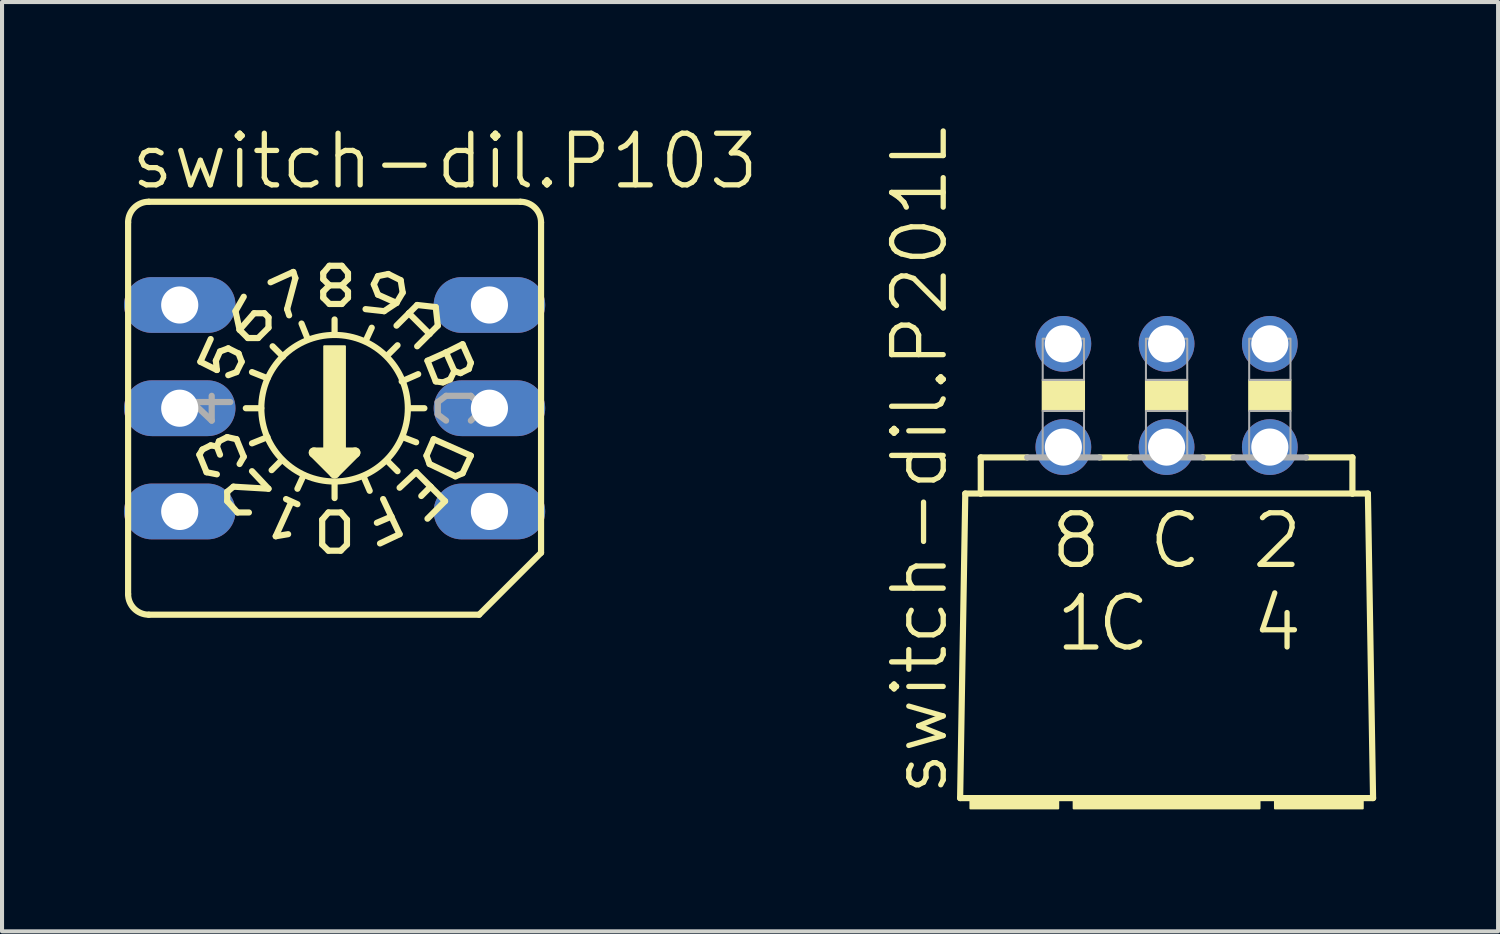
<source format=kicad_pcb>
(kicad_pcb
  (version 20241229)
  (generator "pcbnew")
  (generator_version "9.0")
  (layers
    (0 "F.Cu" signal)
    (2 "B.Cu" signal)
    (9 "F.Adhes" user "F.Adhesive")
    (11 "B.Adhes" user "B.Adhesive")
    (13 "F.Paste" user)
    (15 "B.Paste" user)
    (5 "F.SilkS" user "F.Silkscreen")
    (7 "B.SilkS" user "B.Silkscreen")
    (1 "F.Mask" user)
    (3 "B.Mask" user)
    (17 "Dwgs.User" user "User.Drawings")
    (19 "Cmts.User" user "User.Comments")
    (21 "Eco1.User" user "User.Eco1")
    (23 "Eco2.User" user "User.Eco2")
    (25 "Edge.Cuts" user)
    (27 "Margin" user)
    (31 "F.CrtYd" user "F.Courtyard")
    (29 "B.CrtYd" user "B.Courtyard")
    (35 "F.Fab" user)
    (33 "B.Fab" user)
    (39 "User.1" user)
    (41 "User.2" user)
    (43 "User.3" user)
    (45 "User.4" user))
  (footprint "switch-dil.P201L"
    (layer "F.Cu")
    (at 25.653 10.49)
    (property "Reference" "switch-dil.P201L" (at -5.334 6.096 90) (layer "F.SilkS") (effects (font (size 1.27 1.27) (thickness 0.13)) (justify left bottom)))
    (attr through_hole)
    (fp_line (start -4.953 -1.397) (end -5.08 6.096) (stroke (width 0.152) (type default)) (layer "F.SilkS"))
    (fp_line (start -4.572 -1.397) (end -4.953 -1.397) (stroke (width 0.152) (type default)) (layer "F.SilkS"))
    (fp_line (start -4.572 -1.397) (end -4.572 -2.286) (stroke (width 0.152) (type default)) (layer "F.SilkS"))
    (fp_line (start -3.429 -2.286) (end -4.572 -2.286) (stroke (width 0.152) (type default)) (layer "F.SilkS"))
    (fp_line (start -1.651 -2.286) (end -0.889 -2.286) (stroke (width 0.152) (type default)) (layer "F.SilkS"))
    (fp_line (start 0.889 -2.286) (end 1.651 -2.286) (stroke (width 0.152) (type default)) (layer "F.SilkS"))
    (fp_line (start 3.429 -2.286) (end 4.572 -2.286) (stroke (width 0.152) (type default)) (layer "F.SilkS"))
    (fp_line (start 4.572 -2.286) (end 4.572 -1.397) (stroke (width 0.152) (type default)) (layer "F.SilkS"))
    (fp_line (start 4.572 -1.397) (end -4.572 -1.397) (stroke (width 0.152) (type default)) (layer "F.SilkS"))
    (fp_line (start 4.953 -1.397) (end 4.572 -1.397) (stroke (width 0.152) (type default)) (layer "F.SilkS"))
    (fp_line (start 4.953 -1.397) (end 5.08 6.096) (stroke (width 0.152) (type default)) (layer "F.SilkS"))
    (fp_line (start 5.08 6.096) (end -5.08 6.096) (stroke (width 0.152) (type default)) (layer "F.SilkS"))
    (fp_rect (start -4.826 6.35) (end -2.667 6.096) (stroke (width 0.05) (type default)) (fill yes) (layer "F.SilkS"))
    (fp_rect (start -3.048 -3.429) (end -2.032 -4.191) (stroke (width 0.05) (type default)) (fill yes) (layer "F.SilkS"))
    (fp_rect (start -2.286 6.35) (end 2.286 6.096) (stroke (width 0.05) (type default)) (fill yes) (layer "F.SilkS"))
    (fp_rect (start -0.508 -3.429) (end 0.508 -4.191) (stroke (width 0.05) (type default)) (fill yes) (layer "F.SilkS"))
    (fp_rect (start 2.032 -3.429) (end 3.048 -4.191) (stroke (width 0.05) (type default)) (fill yes) (layer "F.SilkS"))
    (fp_rect (start 2.667 6.35) (end 4.826 6.096) (stroke (width 0.05) (type default)) (fill yes) (layer "F.SilkS"))
    (fp_line (start -1.651 -2.286) (end -3.429 -2.286) (stroke (width 0.152) (type default)) (layer "F.Fab"))
    (fp_line (start 0.889 -2.286) (end -0.889 -2.286) (stroke (width 0.152) (type default)) (layer "F.Fab"))
    (fp_line (start 3.429 -2.286) (end 1.651 -2.286) (stroke (width 0.152) (type default)) (layer "F.Fab"))
    (fp_rect (start -3.048 -4.191) (end -2.032 -5.207) (stroke (width 0.05) (type default)) (fill no) (layer "F.Fab"))
    (fp_rect (start -3.048 -2.286) (end -2.032 -3.429) (stroke (width 0.05) (type default)) (fill no) (layer "F.Fab"))
    (fp_rect (start -0.508 -4.191) (end 0.508 -5.207) (stroke (width 0.05) (type default)) (fill no) (layer "F.Fab"))
    (fp_rect (start -0.508 -2.286) (end 0.508 -3.429) (stroke (width 0.05) (type default)) (fill no) (layer "F.Fab"))
    (fp_rect (start 2.032 -4.191) (end 3.048 -5.207) (stroke (width 0.05) (type default)) (fill no) (layer "F.Fab"))
    (fp_rect (start 2.032 -2.286) (end 3.048 -3.429) (stroke (width 0.05) (type default)) (fill no) (layer "F.Fab"))
    (fp_text user "8" (at -2.921 0.508 0) (layer "F.SilkS") (effects (font (size 1.27 1.27) (thickness 0.13)) (justify left bottom)))
    (fp_text user "C " (at -1.778 2.54 0) (layer "F.SilkS") (effects (font (size 1.27 1.27) (thickness 0.13)) (justify left bottom)))
    (fp_text user "C" (at -0.508 0.508 0) (layer "F.SilkS") (effects (font (size 1.27 1.27) (thickness 0.13)) (justify left bottom)))
    (fp_text user "1" (at -2.794 2.54 0) (layer "F.SilkS") (effects (font (size 1.27 1.27) (thickness 0.13)) (justify left bottom)))
    (fp_text user "4" (at 2.032 2.54 0) (layer "F.SilkS") (effects (font (size 1.27 1.27) (thickness 0.13)) (justify left bottom)))
    (fp_text user "2" (at 2.032 0.508 0) (layer "F.SilkS") (effects (font (size 1.27 1.27) (thickness 0.13)) (justify left bottom)))
    (pad "1" thru_hole circle (at -2.54 -2.54) (size 1.372 1.372) (drill 0.914) (layers "*.Cu" "*.Mask"))
    (pad "2" thru_hole circle (at 2.54 -5.08) (size 1.372 1.372) (drill 0.914) (layers "*.Cu" "*.Mask"))
    (pad "4" thru_hole circle (at 2.54 -2.54) (size 1.372 1.372) (drill 0.914) (layers "*.Cu" "*.Mask"))
    (pad "8" thru_hole circle (at -2.54 -5.08) (size 1.372 1.372) (drill 0.914) (layers "*.Cu" "*.Mask"))
    (pad "C" thru_hole circle (at 0 -2.54) (size 1.372 1.372) (drill 0.914) (layers "*.Cu" "*.Mask"))
    (pad "C1" thru_hole circle (at 0 -5.08) (size 1.372 1.372) (drill 0.914) (layers "*.Cu" "*.Mask")))
  (footprint "switch-dil.P103"
    (layer "F.Cu")
    (at 5.182 6.994)
    (property "Reference" "switch-dil.P103" (at -5.08 -5.334 0) (layer "F.SilkS") (effects (font (size 1.27 1.27) (thickness 0.13)) (justify left bottom)))
    (attr through_hole)
    (fp_line (start -5.08 4.572) (end -5.08 -4.572) (stroke (width 0.152) (type default)) (layer "F.SilkS"))
    (fp_line (start -3.327 1.143) (end -3.15 1.575) (stroke (width 0.152) (type default)) (layer "F.SilkS"))
    (fp_line (start -3.302 -1.143) (end -3.048 -1.702) (stroke (width 0.152) (type default)) (layer "F.SilkS"))
    (fp_line (start -3.302 -1.143) (end -2.896 -0.94) (stroke (width 0.152) (type default)) (layer "F.SilkS"))
    (fp_line (start -3.251 1.016) (end -3.327 1.143) (stroke (width 0.152) (type default)) (layer "F.SilkS"))
    (fp_line (start -3.048 0.914) (end -3.251 1.016) (stroke (width 0.152) (type default)) (layer "F.SilkS"))
    (fp_line (start -2.921 -1.168) (end -2.819 -1.397) (stroke (width 0.152) (type default)) (layer "F.SilkS"))
    (fp_line (start -2.896 -0.94) (end -2.921 -1.168) (stroke (width 0.152) (type default)) (layer "F.SilkS"))
    (fp_line (start -2.896 0.94) (end -3.048 0.914) (stroke (width 0.152) (type default)) (layer "F.SilkS"))
    (fp_line (start -2.896 0.94) (end -2.819 1.143) (stroke (width 0.152) (type default)) (layer "F.SilkS"))
    (fp_line (start -2.896 1.626) (end -3.15 1.575) (stroke (width 0.152) (type default)) (layer "F.SilkS"))
    (fp_line (start -2.845 0.813) (end -2.896 0.94) (stroke (width 0.152) (type default)) (layer "F.SilkS"))
    (fp_line (start -2.819 -1.397) (end -2.616 -1.473) (stroke (width 0.152) (type default)) (layer "F.SilkS"))
    (fp_line (start -2.642 0.711) (end -2.845 0.813) (stroke (width 0.152) (type default)) (layer "F.SilkS"))
    (fp_line (start -2.642 2.057) (end -2.489 1.93) (stroke (width 0.152) (type default)) (layer "F.SilkS"))
    (fp_line (start -2.642 2.286) (end -2.642 2.057) (stroke (width 0.152) (type default)) (layer "F.SilkS"))
    (fp_line (start -2.642 2.286) (end -2.388 2.565) (stroke (width 0.152) (type default)) (layer "F.SilkS"))
    (fp_line (start -2.616 -1.473) (end -2.362 -1.346) (stroke (width 0.152) (type default)) (layer "F.SilkS"))
    (fp_line (start -2.489 1.93) (end -1.626 1.981) (stroke (width 0.152) (type default)) (layer "F.SilkS"))
    (fp_line (start -2.438 -2.388) (end -2.235 -2.743) (stroke (width 0.152) (type default)) (layer "F.SilkS"))
    (fp_line (start -2.413 -0.889) (end -2.616 -0.813) (stroke (width 0.152) (type default)) (layer "F.SilkS"))
    (fp_line (start -2.413 0.762) (end -2.642 0.711) (stroke (width 0.152) (type default)) (layer "F.SilkS"))
    (fp_line (start -2.413 0.762) (end -2.235 1.194) (stroke (width 0.152) (type default)) (layer "F.SilkS"))
    (fp_line (start -2.388 2.565) (end -2.108 2.565) (stroke (width 0.152) (type default)) (layer "F.SilkS"))
    (fp_line (start -2.362 -1.346) (end -2.286 -1.143) (stroke (width 0.152) (type default)) (layer "F.SilkS"))
    (fp_line (start -2.337 -1.93) (end -2.438 -2.388) (stroke (width 0.152) (type default)) (layer "F.SilkS"))
    (fp_line (start -2.337 1.372) (end -2.235 1.194) (stroke (width 0.152) (type default)) (layer "F.SilkS"))
    (fp_line (start -2.286 -1.143) (end -2.413 -0.889) (stroke (width 0.152) (type default)) (layer "F.SilkS"))
    (fp_line (start -2.184 0) (end -1.803 0) (stroke (width 0.152) (type default)) (layer "F.SilkS"))
    (fp_line (start -2.134 -1.727) (end -2.337 -1.93) (stroke (width 0.152) (type default)) (layer "F.SilkS"))
    (fp_line (start -2.032 1.549) (end -1.626 1.981) (stroke (width 0.152) (type default)) (layer "F.SilkS"))
    (fp_line (start -1.981 -2.337) (end -2.337 -1.93) (stroke (width 0.152) (type default)) (layer "F.SilkS"))
    (fp_line (start -1.88 -1.727) (end -2.134 -1.727) (stroke (width 0.152) (type default)) (layer "F.SilkS"))
    (fp_line (start -1.88 -1.727) (end -1.626 -1.981) (stroke (width 0.152) (type default)) (layer "F.SilkS"))
    (fp_line (start -1.727 -2.337) (end -1.981 -2.337) (stroke (width 0.152) (type default)) (layer "F.SilkS"))
    (fp_line (start -1.651 -0.737) (end -2.032 -0.889) (stroke (width 0.152) (type default)) (layer "F.SilkS"))
    (fp_line (start -1.651 0.711) (end -2.032 0.864) (stroke (width 0.152) (type default)) (layer "F.SilkS"))
    (fp_line (start -1.626 -2.235) (end -1.727 -2.337) (stroke (width 0.152) (type default)) (layer "F.SilkS"))
    (fp_line (start -1.626 -1.981) (end -1.626 -2.235) (stroke (width 0.152) (type default)) (layer "F.SilkS"))
    (fp_line (start -1.575 -3.099) (end -1.016 -3.353) (stroke (width 0.152) (type default)) (layer "F.SilkS"))
    (fp_line (start -1.448 3.15) (end -1.143 3.099) (stroke (width 0.152) (type default)) (layer "F.SilkS"))
    (fp_line (start -1.295 1.27) (end -1.549 1.524) (stroke (width 0.152) (type default)) (layer "F.SilkS"))
    (fp_line (start -1.27 -1.27) (end -1.524 -1.524) (stroke (width 0.152) (type default)) (layer "F.SilkS"))
    (fp_line (start -1.194 2.235) (end -0.914 2.362) (stroke (width 0.152) (type default)) (layer "F.SilkS"))
    (fp_line (start -1.168 -2.438) (end -1.118 -2.286) (stroke (width 0.152) (type default)) (layer "F.SilkS"))
    (fp_line (start -1.067 2.311) (end -1.448 3.15) (stroke (width 0.152) (type default)) (layer "F.SilkS"))
    (fp_line (start -1.016 -3.353) (end -0.965 -3.2) (stroke (width 0.152) (type default)) (layer "F.SilkS"))
    (fp_line (start -0.965 -3.2) (end -1.168 -2.438) (stroke (width 0.152) (type default)) (layer "F.SilkS"))
    (fp_line (start -0.762 1.651) (end -0.914 1.981) (stroke (width 0.152) (type default)) (layer "F.SilkS"))
    (fp_line (start -0.66 -1.702) (end -0.813 -2.083) (stroke (width 0.152) (type default)) (layer "F.SilkS"))
    (fp_line (start -0.508 1.092) (end 0 1.6) (stroke (width 0.254) (type default)) (layer "F.SilkS"))
    (fp_line (start -0.305 2.743) (end -0.305 3.353) (stroke (width 0.152) (type default)) (layer "F.SilkS"))
    (fp_line (start -0.305 3.353) (end -0.152 3.505) (stroke (width 0.152) (type default)) (layer "F.SilkS"))
    (fp_line (start -0.279 -3.327) (end -0.279 -3.175) (stroke (width 0.152) (type default)) (layer "F.SilkS"))
    (fp_line (start -0.279 -3.175) (end -0.127 -3.023) (stroke (width 0.152) (type default)) (layer "F.SilkS"))
    (fp_line (start -0.279 -2.87) (end -0.279 -2.718) (stroke (width 0.152) (type default)) (layer "F.SilkS"))
    (fp_line (start -0.279 -2.718) (end -0.127 -2.565) (stroke (width 0.152) (type default)) (layer "F.SilkS"))
    (fp_line (start -0.254 1.219) (end 0.254 1.219) (stroke (width 0.254) (type default)) (layer "F.SilkS"))
    (fp_line (start -0.152 2.565) (end -0.305 2.743) (stroke (width 0.152) (type default)) (layer "F.SilkS"))
    (fp_line (start -0.152 3.505) (end 0.152 3.505) (stroke (width 0.152) (type default)) (layer "F.SilkS"))
    (fp_line (start -0.127 -3.505) (end -0.279 -3.327) (stroke (width 0.152) (type default)) (layer "F.SilkS"))
    (fp_line (start -0.127 -3.023) (end -0.279 -2.87) (stroke (width 0.152) (type default)) (layer "F.SilkS"))
    (fp_line (start -0.127 -3.023) (end 0.178 -3.023) (stroke (width 0.152) (type default)) (layer "F.SilkS"))
    (fp_line (start -0.127 -2.565) (end 0.178 -2.565) (stroke (width 0.152) (type default)) (layer "F.SilkS"))
    (fp_line (start 0 -1.803) (end 0 -2.184) (stroke (width 0.152) (type default)) (layer "F.SilkS"))
    (fp_line (start 0 1.473) (end 0 1.346) (stroke (width 0.254) (type default)) (layer "F.SilkS"))
    (fp_line (start 0 1.6) (end 0.508 1.092) (stroke (width 0.254) (type default)) (layer "F.SilkS"))
    (fp_line (start 0 1.829) (end 0 2.21) (stroke (width 0.152) (type default)) (layer "F.SilkS"))
    (fp_line (start 0.152 2.565) (end -0.152 2.565) (stroke (width 0.152) (type default)) (layer "F.SilkS"))
    (fp_line (start 0.152 3.505) (end 0.305 3.353) (stroke (width 0.152) (type default)) (layer "F.SilkS"))
    (fp_line (start 0.178 -3.505) (end -0.127 -3.505) (stroke (width 0.152) (type default)) (layer "F.SilkS"))
    (fp_line (start 0.178 -3.023) (end 0.33 -3.175) (stroke (width 0.152) (type default)) (layer "F.SilkS"))
    (fp_line (start 0.178 -2.565) (end 0.33 -2.718) (stroke (width 0.152) (type default)) (layer "F.SilkS"))
    (fp_line (start 0.305 2.743) (end 0.152 2.565) (stroke (width 0.152) (type default)) (layer "F.SilkS"))
    (fp_line (start 0.305 3.353) (end 0.305 2.743) (stroke (width 0.152) (type default)) (layer "F.SilkS"))
    (fp_line (start 0.33 -3.327) (end 0.178 -3.505) (stroke (width 0.152) (type default)) (layer "F.SilkS"))
    (fp_line (start 0.33 -3.175) (end 0.33 -3.327) (stroke (width 0.152) (type default)) (layer "F.SilkS"))
    (fp_line (start 0.33 -2.87) (end 0.178 -3.023) (stroke (width 0.152) (type default)) (layer "F.SilkS"))
    (fp_line (start 0.33 -2.718) (end 0.33 -2.87) (stroke (width 0.152) (type default)) (layer "F.SilkS"))
    (fp_line (start 0.508 1.092) (end -0.508 1.092) (stroke (width 0.254) (type default)) (layer "F.SilkS"))
    (fp_line (start 0.711 1.676) (end 0.864 2.032) (stroke (width 0.152) (type default)) (layer "F.SilkS"))
    (fp_line (start 0.762 -1.651) (end 0.914 -1.981) (stroke (width 0.152) (type default)) (layer "F.SilkS"))
    (fp_line (start 0.965 -3.048) (end 1.067 -2.794) (stroke (width 0.152) (type default)) (layer "F.SilkS"))
    (fp_line (start 1.067 -3.251) (end 0.965 -3.048) (stroke (width 0.152) (type default)) (layer "F.SilkS"))
    (fp_line (start 1.067 -2.794) (end 1.524 -2.591) (stroke (width 0.152) (type default)) (layer "F.SilkS"))
    (fp_line (start 1.118 3.327) (end 1.6 3.099) (stroke (width 0.152) (type default)) (layer "F.SilkS"))
    (fp_line (start 1.219 -2.388) (end 0.762 -2.438) (stroke (width 0.152) (type default)) (layer "F.SilkS"))
    (fp_line (start 1.295 -1.295) (end 1.549 -1.549) (stroke (width 0.152) (type default)) (layer "F.SilkS"))
    (fp_line (start 1.295 1.295) (end 1.549 1.549) (stroke (width 0.152) (type default)) (layer "F.SilkS"))
    (fp_line (start 1.321 -3.302) (end 1.067 -3.251) (stroke (width 0.152) (type default)) (layer "F.SilkS"))
    (fp_line (start 1.397 2.667) (end 1.041 2.819) (stroke (width 0.152) (type default)) (layer "F.SilkS"))
    (fp_line (start 1.397 2.667) (end 1.194 2.235) (stroke (width 0.152) (type default)) (layer "F.SilkS"))
    (fp_line (start 1.524 -2.591) (end 1.219 -2.388) (stroke (width 0.152) (type default)) (layer "F.SilkS"))
    (fp_line (start 1.524 -2.032) (end 1.829 -2.337) (stroke (width 0.152) (type default)) (layer "F.SilkS"))
    (fp_line (start 1.6 3.099) (end 1.397 2.667) (stroke (width 0.152) (type default)) (layer "F.SilkS"))
    (fp_line (start 1.626 -3.15) (end 1.321 -3.302) (stroke (width 0.152) (type default)) (layer "F.SilkS"))
    (fp_line (start 1.626 -3.15) (end 1.676 -2.845) (stroke (width 0.152) (type default)) (layer "F.SilkS"))
    (fp_line (start 1.651 -0.66) (end 2.057 -0.838) (stroke (width 0.152) (type default)) (layer "F.SilkS"))
    (fp_line (start 1.676 -2.845) (end 1.524 -2.591) (stroke (width 0.152) (type default)) (layer "F.SilkS"))
    (fp_line (start 1.676 0.711) (end 2.007 0.838) (stroke (width 0.152) (type default)) (layer "F.SilkS"))
    (fp_line (start 1.829 -2.337) (end 2.032 -2.54) (stroke (width 0.152) (type default)) (layer "F.SilkS"))
    (fp_line (start 1.829 -2.337) (end 2.337 -1.829) (stroke (width 0.152) (type default)) (layer "F.SilkS"))
    (fp_line (start 1.829 0) (end 2.21 0) (stroke (width 0.152) (type default)) (layer "F.SilkS"))
    (fp_line (start 2.007 1.575) (end 1.6 1.956) (stroke (width 0.152) (type default)) (layer "F.SilkS"))
    (fp_line (start 2.007 1.575) (end 2.362 1.93) (stroke (width 0.152) (type default)) (layer "F.SilkS"))
    (fp_line (start 2.032 -2.54) (end 2.489 -2.489) (stroke (width 0.152) (type default)) (layer "F.SilkS"))
    (fp_line (start 2.261 1.168) (end 2.337 1.372) (stroke (width 0.152) (type default)) (layer "F.SilkS"))
    (fp_line (start 2.286 -1.168) (end 2.743 -1.372) (stroke (width 0.152) (type default)) (layer "F.SilkS"))
    (fp_line (start 2.337 -1.829) (end 2.032 -1.524) (stroke (width 0.152) (type default)) (layer "F.SilkS"))
    (fp_line (start 2.337 1.372) (end 2.972 1.676) (stroke (width 0.152) (type default)) (layer "F.SilkS"))
    (fp_line (start 2.362 1.93) (end 2.134 2.159) (stroke (width 0.152) (type default)) (layer "F.SilkS"))
    (fp_line (start 2.362 1.93) (end 2.718 2.286) (stroke (width 0.152) (type default)) (layer "F.SilkS"))
    (fp_line (start 2.438 0.762) (end 2.261 1.168) (stroke (width 0.152) (type default)) (layer "F.SilkS"))
    (fp_line (start 2.489 -2.489) (end 2.54 -2.032) (stroke (width 0.152) (type default)) (layer "F.SilkS"))
    (fp_line (start 2.489 -0.66) (end 2.286 -1.168) (stroke (width 0.152) (type default)) (layer "F.SilkS"))
    (fp_line (start 2.54 -2.032) (end 2.337 -1.829) (stroke (width 0.152) (type default)) (layer "F.SilkS"))
    (fp_line (start 2.667 -0.635) (end 2.489 -0.66) (stroke (width 0.152) (type default)) (layer "F.SilkS"))
    (fp_line (start 2.718 2.286) (end 2.286 2.718) (stroke (width 0.152) (type default)) (layer "F.SilkS"))
    (fp_line (start 2.743 -1.372) (end 3.15 -1.575) (stroke (width 0.152) (type default)) (layer "F.SilkS"))
    (fp_line (start 2.845 -0.711) (end 2.667 -0.635) (stroke (width 0.152) (type default)) (layer "F.SilkS"))
    (fp_line (start 2.946 -0.914) (end 2.743 -1.372) (stroke (width 0.152) (type default)) (layer "F.SilkS"))
    (fp_line (start 2.946 -0.914) (end 2.845 -0.711) (stroke (width 0.152) (type default)) (layer "F.SilkS"))
    (fp_line (start 2.972 1.676) (end 3.15 1.6) (stroke (width 0.152) (type default)) (layer "F.SilkS"))
    (fp_line (start 3.099 -0.864) (end 2.946 -0.914) (stroke (width 0.152) (type default)) (layer "F.SilkS"))
    (fp_line (start 3.15 -1.575) (end 3.353 -1.118) (stroke (width 0.152) (type default)) (layer "F.SilkS"))
    (fp_line (start 3.15 1.6) (end 3.353 1.168) (stroke (width 0.152) (type default)) (layer "F.SilkS"))
    (fp_line (start 3.302 -0.965) (end 3.099 -0.864) (stroke (width 0.152) (type default)) (layer "F.SilkS"))
    (fp_line (start 3.353 -1.118) (end 3.302 -0.965) (stroke (width 0.152) (type default)) (layer "F.SilkS"))
    (fp_line (start 3.353 1.168) (end 2.438 0.762) (stroke (width 0.152) (type default)) (layer "F.SilkS"))
    (fp_line (start 3.556 5.08) (end -4.572 5.08) (stroke (width 0.152) (type default)) (layer "F.SilkS"))
    (fp_line (start 4.572 -5.08) (end -4.572 -5.08) (stroke (width 0.152) (type default)) (layer "F.SilkS"))
    (fp_line (start 5.08 3.556) (end 3.556 5.08) (stroke (width 0.152) (type default)) (layer "F.SilkS"))
    (fp_line (start 5.08 3.556) (end 5.08 -4.572) (stroke (width 0.152) (type default)) (layer "F.SilkS"))
    (fp_rect (start -0.254 1.016) (end 0.254 -1.524) (stroke (width 0.05) (type default)) (fill yes) (layer "F.SilkS"))
    (fp_arc (start -5.08 -4.572) (mid -4.93121 -4.93121) (end -4.572 -5.08) (stroke (width 0.1524) (type default)) (layer "F.SilkS"))
    (fp_arc (start -4.572 5.08) (mid -4.93121 4.93121) (end -5.08 4.572) (stroke (width 0.1524) (type default)) (layer "F.SilkS"))
    (fp_arc (start 4.572 -5.08) (mid 4.93121 -4.93121) (end 5.08 -4.572) (stroke (width 0.1524) (type default)) (layer "F.SilkS"))
    (fp_circle (center 0 0) (end 1.803 0) (stroke (width 0.152) (type default)) (fill no) (layer "F.SilkS"))
    (fp_line (start -3.505 -0.152) (end -3.023 0.305) (stroke (width 0.152) (type default)) (layer "F.Fab"))
    (fp_line (start -3.023 0.305) (end -3.023 -0.305) (stroke (width 0.152) (type default)) (layer "F.Fab"))
    (fp_line (start -2.565 -0.152) (end -3.505 -0.152) (stroke (width 0.152) (type default)) (layer "F.Fab"))
    (fp_line (start 2.54 -0.152) (end 2.54 0.152) (stroke (width 0.152) (type default)) (layer "F.Fab"))
    (fp_line (start 2.54 0.152) (end 2.743 0.305) (stroke (width 0.152) (type default)) (layer "F.Fab"))
    (fp_line (start 2.743 -0.305) (end 2.54 -0.152) (stroke (width 0.152) (type default)) (layer "F.Fab"))
    (fp_line (start 2.743 -0.305) (end 3.353 -0.305) (stroke (width 0.152) (type default)) (layer "F.Fab"))
    (fp_line (start 3.353 -0.305) (end 3.505 -0.152) (stroke (width 0.152) (type default)) (layer "F.Fab"))
    (fp_line (start 3.505 -0.152) (end 3.505 0.152) (stroke (width 0.152) (type default)) (layer "F.Fab"))
    (fp_line (start 3.505 0.152) (end 3.353 0.305) (stroke (width 0.152) (type default)) (layer "F.Fab"))
    (pad "1" thru_hole oval (at 3.81 2.54) (size 2.743 1.372) (drill 0.914) (layers "*.Cu" "*.Mask"))
    (pad "2" thru_hole oval (at -3.81 -2.54) (size 2.743 1.372) (drill 0.914) (layers "*.Cu" "*.Mask"))
    (pad "4" thru_hole oval (at 3.81 -2.54) (size 2.743 1.372) (drill 0.914) (layers "*.Cu" "*.Mask"))
    (pad "8" thru_hole oval (at -3.81 2.54) (size 2.743 1.372) (drill 0.914) (layers "*.Cu" "*.Mask"))
    (pad "C" thru_hole oval (at 3.81 0) (size 2.743 1.372) (drill 0.914) (layers "*.Cu" "*.Mask"))
    (pad "C1" thru_hole oval (at -3.81 0) (size 2.743 1.372) (drill 0.914) (layers "*.Cu" "*.Mask")))
  (gr_rect
    (start -3 -3)
    (end 33.809 19.865)
    (stroke (width 0.1) (type default))
    (fill no)
    (layer "Edge.Cuts")))
</source>
